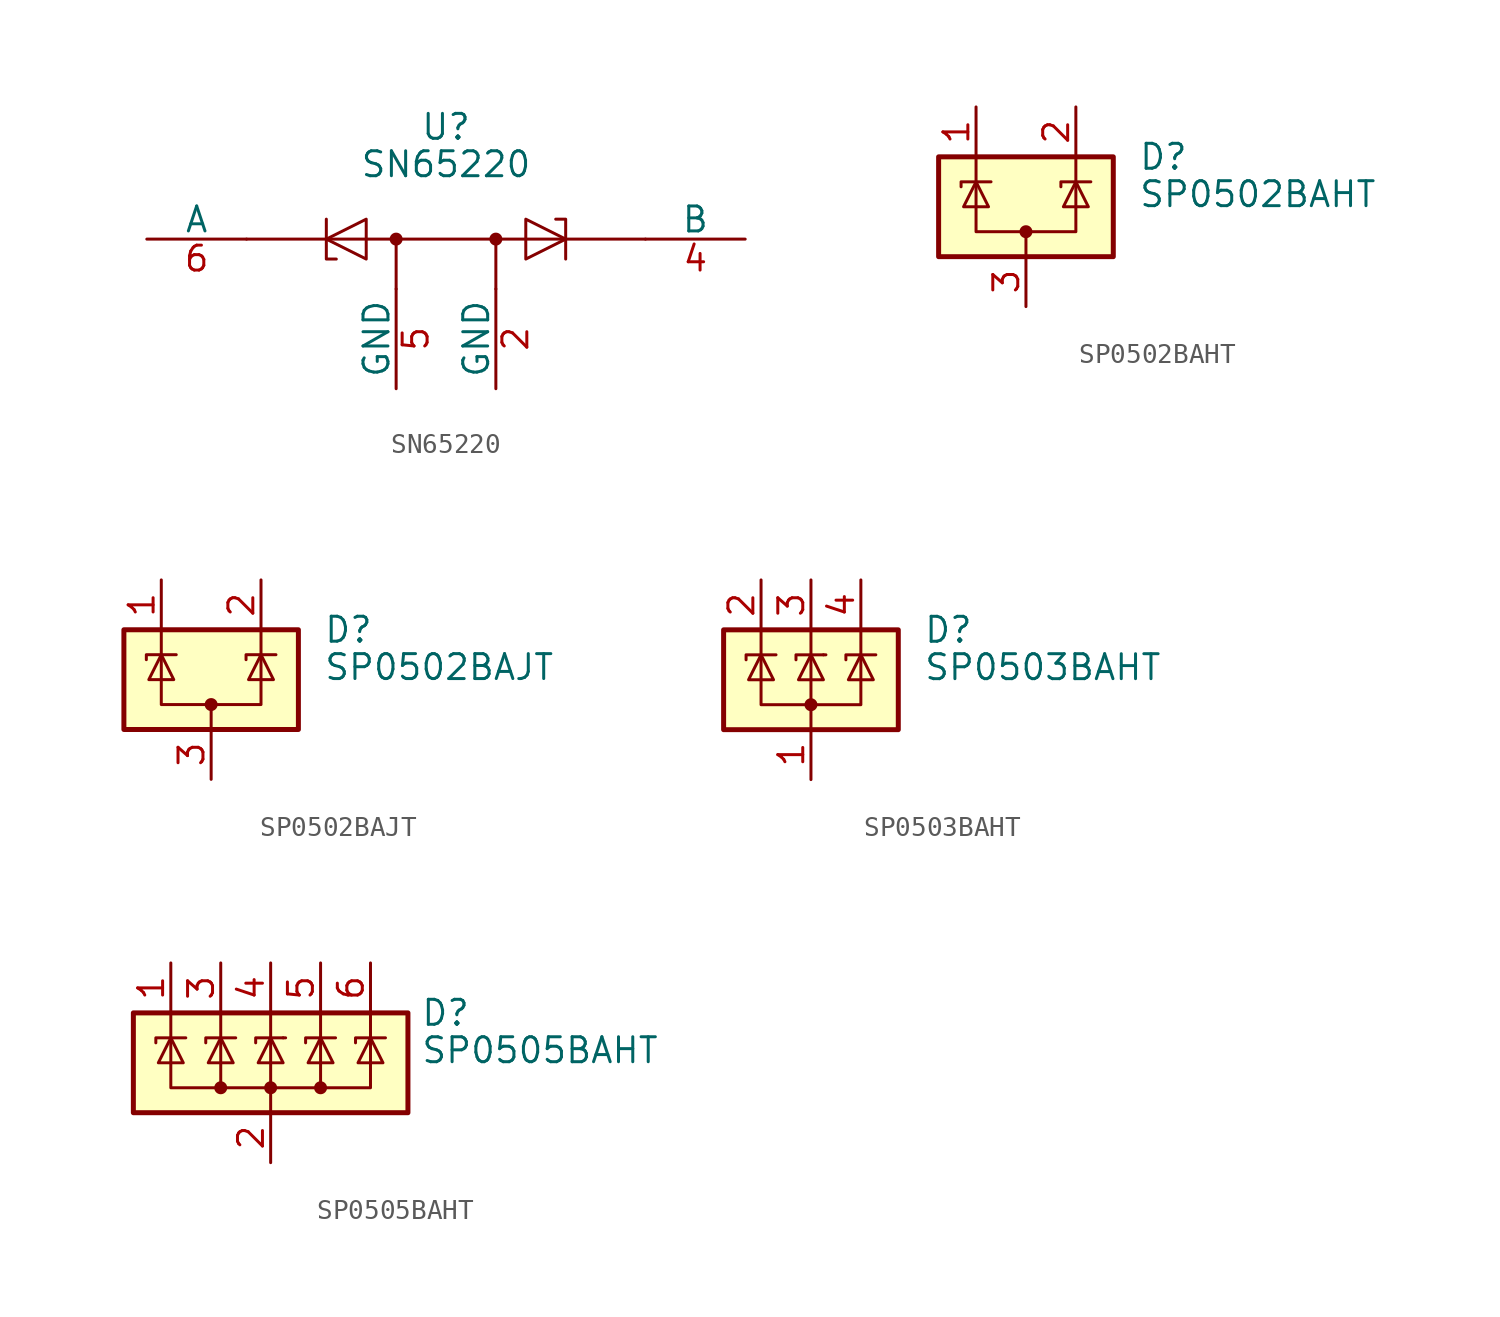
<source format=kicad_sym>
(kicad_symbol_lib
  (version 20201005)
  (generator kicad_symbol_editor)
  (symbol "SN65220"
    (pin_names
      (offset 0))
    (property "Reference" "U"
      (at 0 5.715 0)
      (effects (font (size 1.27 1.27))))
    (property "Value" "SN65220"
      (at 0 3.81 0)
      (effects (font (size 1.27 1.27))))
    (symbol "SN65220_0_1"
      (circle (center -2.54 0) (radius 0.254) (stroke (width 0)) (fill (type outline)))
      (circle (center 2.54 0) (radius 0.254) (stroke (width 0)) (fill (type outline)))
      (polyline (pts (xy -2.54 -2.54) (xy -2.54 0)) (stroke (width 0)) (fill (type none)))
      (polyline (pts (xy 2.54 -2.54) (xy 2.54 0)) (stroke (width 0)) (fill (type none)))
      (polyline (pts (xy 10.16 0) (xy -10.16 0)) (stroke (width 0)) (fill (type none)))
      (polyline (pts (xy -5.588 -1.016) (xy -6.096 -1.016) (xy -6.096 1.016)) (stroke (width 0)) (fill (type none)))
      (polyline (pts (xy 5.588 1.016) (xy 6.096 1.016) (xy 6.096 -1.016)) (stroke (width 0)) (fill (type none)))
      (polyline (pts (xy -6.096 0) (xy -4.064 1.016) (xy -4.064 -1.016) (xy -6.096 0)) (stroke (width 0)) (fill (type none)))
      (polyline (pts (xy 6.096 0) (xy 4.064 1.016) (xy 4.064 -1.016) (xy 6.096 0)) (stroke (width 0)) (fill (type none))))
    (symbol "SN65220_1_1"
      (pin no_connect line (at 2.54 0 180) (length 2.54) hide (name "~" (effects (font (size 1.27 1.27)))) (number "1" (effects (font (size 1.27 1.27)))))
      (pin passive line (at 2.54 -7.62 90) (length 5.08) (name "GND" (effects (font (size 1.27 1.27)))) (number "2" (effects (font (size 1.27 1.27)))))
      (pin no_connect line (at -2.54 0 0) (length 2.54) hide (name "~" (effects (font (size 1.27 1.27)))) (number "3" (effects (font (size 1.27 1.27)))))
      (pin passive line (at 15.24 0 180) (length 5.08) (name "B" (effects (font (size 1.27 1.27)))) (number "4" (effects (font (size 1.27 1.27)))))
      (pin passive line (at -2.54 -7.62 90) (length 5.08) (name "GND" (effects (font (size 1.27 1.27)))) (number "5" (effects (font (size 1.27 1.27)))))
      (pin passive line (at -15.24 0 0) (length 5.08) (name "A" (effects (font (size 1.27 1.27)))) (number "6" (effects (font (size 1.27 1.27)))))))
  (symbol "SP0502BAHT"
    (pin_names hide)
    (property "Reference" "D"
      (at 5.715 2.54 0)
      (effects (font (size 1.27 1.27)) (justify left)))
    (property "Value" "SP0502BAHT"
      (at 5.715 0.635 0)
      (effects (font (size 1.27 1.27)) (justify left)))
    (symbol "SP0502BAHT_0_0"
      (pin passive line (at 0 -5.08 90) (length 2.54) (name "A" (effects (font (size 1.27 1.27)))) (number "3" (effects (font (size 1.27 1.27))))))
    (symbol "SP0502BAHT_0_1"
      (circle (center 0 -1.27) (radius 0.254) (stroke (width 0)) (fill (type outline)))
      (rectangle (start -4.445 2.54) (end 4.445 -2.54) (stroke (width 0.254)) (fill (type background)))
      (polyline (pts (xy -2.54 2.54) (xy -2.54 1.27)) (stroke (width 0)) (fill (type none)))
      (polyline (pts (xy 0 -1.27) (xy 0 -2.54)) (stroke (width 0)) (fill (type none)))
      (polyline (pts (xy 2.54 2.54) (xy 2.54 1.27)) (stroke (width 0)) (fill (type none)))
      (polyline (pts (xy -3.302 1.016) (xy -3.302 1.27) (xy -1.905 1.27) (xy -1.778 1.27)) (stroke (width 0)) (fill (type none)))
      (polyline (pts (xy -2.54 1.27) (xy -2.54 -1.27) (xy 2.54 -1.27) (xy 2.54 1.27)) (stroke (width 0)) (fill (type none)))
      (polyline (pts (xy -2.54 1.27) (xy -1.905 0) (xy -3.175 0) (xy -2.54 1.27)) (stroke (width 0)) (fill (type none)))
      (polyline (pts (xy 1.778 1.016) (xy 1.778 1.27) (xy 3.175 1.27) (xy 3.302 1.27)) (stroke (width 0)) (fill (type none)))
      (polyline (pts (xy 2.54 1.27) (xy 1.905 0) (xy 3.175 0) (xy 2.54 1.27)) (stroke (width 0)) (fill (type none))))
    (symbol "SP0502BAHT_1_1"
      (pin passive line (at -2.54 5.08 270) (length 2.54) (name "K" (effects (font (size 1.27 1.27)))) (number "1" (effects (font (size 1.27 1.27)))))
      (pin passive line (at 2.54 5.08 270) (length 2.54) (name "K" (effects (font (size 1.27 1.27)))) (number "2" (effects (font (size 1.27 1.27)))))))
  (symbol "SP0502BAJT"
    (pin_names hide)
    (property "Reference" "D"
      (at 5.715 2.54 0)
      (effects (font (size 1.27 1.27)) (justify left)))
    (property "Value" "SP0502BAJT"
      (at 5.715 0.635 0)
      (effects (font (size 1.27 1.27)) (justify left)))
    (symbol "SP0502BAJT_0_0"
      (pin passive line (at 0 -5.08 90) (length 2.54) (name "A" (effects (font (size 1.27 1.27)))) (number "3" (effects (font (size 1.27 1.27))))))
    (symbol "SP0502BAJT_0_1"
      (circle (center 0 -1.27) (radius 0.254) (stroke (width 0)) (fill (type outline)))
      (rectangle (start -4.445 2.54) (end 4.445 -2.54) (stroke (width 0.254)) (fill (type background)))
      (polyline (pts (xy -2.54 2.54) (xy -2.54 1.27)) (stroke (width 0)) (fill (type none)))
      (polyline (pts (xy 0 -1.27) (xy 0 -2.54)) (stroke (width 0)) (fill (type none)))
      (polyline (pts (xy 2.54 2.54) (xy 2.54 1.27)) (stroke (width 0)) (fill (type none)))
      (polyline (pts (xy -3.302 1.016) (xy -3.302 1.27) (xy -1.905 1.27) (xy -1.778 1.27)) (stroke (width 0)) (fill (type none)))
      (polyline (pts (xy -2.54 1.27) (xy -2.54 -1.27) (xy 2.54 -1.27) (xy 2.54 1.27)) (stroke (width 0)) (fill (type none)))
      (polyline (pts (xy -2.54 1.27) (xy -1.905 0) (xy -3.175 0) (xy -2.54 1.27)) (stroke (width 0)) (fill (type none)))
      (polyline (pts (xy 1.778 1.016) (xy 1.778 1.27) (xy 3.175 1.27) (xy 3.302 1.27)) (stroke (width 0)) (fill (type none)))
      (polyline (pts (xy 2.54 1.27) (xy 1.905 0) (xy 3.175 0) (xy 2.54 1.27)) (stroke (width 0)) (fill (type none))))
    (symbol "SP0502BAJT_1_1"
      (pin passive line (at -2.54 5.08 270) (length 2.54) (name "K" (effects (font (size 1.27 1.27)))) (number "1" (effects (font (size 1.27 1.27)))))
      (pin passive line (at 2.54 5.08 270) (length 2.54) (name "K" (effects (font (size 1.27 1.27)))) (number "2" (effects (font (size 1.27 1.27)))))))
  (symbol "SP0503BAHT"
    (pin_names hide)
    (property "Reference" "D"
      (at 5.715 2.54 0)
      (effects (font (size 1.27 1.27)) (justify left)))
    (property "Value" "SP0503BAHT"
      (at 5.715 0.635 0)
      (effects (font (size 1.27 1.27)) (justify left)))
    (symbol "SP0503BAHT_0_0"
      (pin passive line (at 0 -5.08 90) (length 2.54) (name "A" (effects (font (size 1.27 1.27)))) (number "1" (effects (font (size 1.27 1.27))))))
    (symbol "SP0503BAHT_0_1"
      (circle (center 0 -1.27) (radius 0.254) (stroke (width 0)) (fill (type outline)))
      (rectangle (start -4.445 2.54) (end 4.445 -2.54) (stroke (width 0.254)) (fill (type background)))
      (polyline (pts (xy -2.54 2.54) (xy -2.54 1.27)) (stroke (width 0)) (fill (type none)))
      (polyline (pts (xy 0 -1.27) (xy 0 -2.54)) (stroke (width 0)) (fill (type none)))
      (polyline (pts (xy 0 -1.27) (xy 0 1.27)) (stroke (width 0)) (fill (type none)))
      (polyline (pts (xy 0 2.54) (xy 0 1.27)) (stroke (width 0)) (fill (type none)))
      (polyline (pts (xy 0.635 1.27) (xy 0.762 1.27)) (stroke (width 0)) (fill (type none)))
      (polyline (pts (xy 2.54 2.54) (xy 2.54 1.27)) (stroke (width 0)) (fill (type none)))
      (polyline (pts (xy 0.635 1.27) (xy -0.762 1.27) (xy -0.762 1.016)) (stroke (width 0)) (fill (type none)))
      (polyline (pts (xy -3.302 1.016) (xy -3.302 1.27) (xy -1.905 1.27) (xy -1.778 1.27)) (stroke (width 0)) (fill (type none)))
      (polyline (pts (xy -2.54 1.27) (xy -2.54 -1.27) (xy 2.54 -1.27) (xy 2.54 1.27)) (stroke (width 0)) (fill (type none)))
      (polyline (pts (xy -2.54 1.27) (xy -1.905 0) (xy -3.175 0) (xy -2.54 1.27)) (stroke (width 0)) (fill (type none)))
      (polyline (pts (xy 0.635 0) (xy -0.635 0) (xy 0 1.27) (xy 0.635 0)) (stroke (width 0)) (fill (type none)))
      (polyline (pts (xy 1.778 1.016) (xy 1.778 1.27) (xy 3.175 1.27) (xy 3.302 1.27)) (stroke (width 0)) (fill (type none)))
      (polyline (pts (xy 2.54 1.27) (xy 1.905 0) (xy 3.175 0) (xy 2.54 1.27)) (stroke (width 0)) (fill (type none))))
    (symbol "SP0503BAHT_1_1"
      (pin passive line (at -2.54 5.08 270) (length 2.54) (name "K" (effects (font (size 1.27 1.27)))) (number "2" (effects (font (size 1.27 1.27)))))
      (pin passive line (at 0 5.08 270) (length 2.54) (name "K" (effects (font (size 1.27 1.27)))) (number "3" (effects (font (size 1.27 1.27)))))
      (pin passive line (at 2.54 5.08 270) (length 2.54) (name "K" (effects (font (size 1.27 1.27)))) (number "4" (effects (font (size 1.27 1.27)))))))
  (symbol "SP0505BAHT"
    (pin_names hide)
    (property "Reference" "D"
      (at 7.62 2.54 0)
      (effects (font (size 1.27 1.27)) (justify left)))
    (property "Value" "SP0505BAHT"
      (at 7.62 0.635 0)
      (effects (font (size 1.27 1.27)) (justify left)))
    (symbol "SP0505BAHT_0_0"
      (pin passive line (at 0 -5.08 90) (length 2.54) (name "A" (effects (font (size 1.27 1.27)))) (number "2" (effects (font (size 1.27 1.27))))))
    (symbol "SP0505BAHT_0_1"
      (circle (center -2.54 -1.27) (radius 0.254) (stroke (width 0)) (fill (type outline)))
      (circle (center 0 -1.27) (radius 0.254) (stroke (width 0)) (fill (type outline)))
      (circle (center 2.54 -1.27) (radius 0.254) (stroke (width 0)) (fill (type outline)))
      (rectangle (start -6.985 2.54) (end 6.985 -2.54) (stroke (width 0.254)) (fill (type background)))
      (polyline (pts (xy -5.08 2.54) (xy -5.08 1.27)) (stroke (width 0)) (fill (type none)))
      (polyline (pts (xy -2.54 2.54) (xy -2.54 1.27)) (stroke (width 0)) (fill (type none)))
      (polyline (pts (xy 0 -1.27) (xy 0 -2.54)) (stroke (width 0)) (fill (type none)))
      (polyline (pts (xy 0 -1.27) (xy 0 1.27)) (stroke (width 0)) (fill (type none)))
      (polyline (pts (xy 0 2.54) (xy 0 1.27)) (stroke (width 0)) (fill (type none)))
      (polyline (pts (xy 0.635 1.27) (xy 0.762 1.27)) (stroke (width 0)) (fill (type none)))
      (polyline (pts (xy 2.54 2.54) (xy 2.54 1.27)) (stroke (width 0)) (fill (type none)))
      (polyline (pts (xy 5.08 2.54) (xy 5.08 1.27)) (stroke (width 0)) (fill (type none)))
      (polyline (pts (xy -5.08 1.27) (xy -5.08 -1.27) (xy -2.54 -1.27)) (stroke (width 0)) (fill (type none)))
      (polyline (pts (xy 0.635 1.27) (xy -0.762 1.27) (xy -0.762 1.016)) (stroke (width 0)) (fill (type none)))
      (polyline (pts (xy 5.08 1.27) (xy 5.08 -1.27) (xy 2.54 -1.27)) (stroke (width 0)) (fill (type none)))
      (polyline (pts (xy -5.842 1.016) (xy -5.842 1.27) (xy -4.445 1.27) (xy -4.318 1.27)) (stroke (width 0)) (fill (type none)))
      (polyline (pts (xy -5.08 1.27) (xy -4.445 0) (xy -5.715 0) (xy -5.08 1.27)) (stroke (width 0)) (fill (type none)))
      (polyline (pts (xy -3.302 1.016) (xy -3.302 1.27) (xy -1.905 1.27) (xy -1.778 1.27)) (stroke (width 0)) (fill (type none)))
      (polyline (pts (xy -2.54 1.27) (xy -2.54 -1.27) (xy 2.54 -1.27) (xy 2.54 1.27)) (stroke (width 0)) (fill (type none)))
      (polyline (pts (xy -2.54 1.27) (xy -1.905 0) (xy -3.175 0) (xy -2.54 1.27)) (stroke (width 0)) (fill (type none)))
      (polyline (pts (xy 0.635 0) (xy -0.635 0) (xy 0 1.27) (xy 0.635 0)) (stroke (width 0)) (fill (type none)))
      (polyline (pts (xy 1.778 1.016) (xy 1.778 1.27) (xy 3.175 1.27) (xy 3.302 1.27)) (stroke (width 0)) (fill (type none)))
      (polyline (pts (xy 2.54 1.27) (xy 1.905 0) (xy 3.175 0) (xy 2.54 1.27)) (stroke (width 0)) (fill (type none)))
      (polyline (pts (xy 4.318 1.016) (xy 4.318 1.27) (xy 5.715 1.27) (xy 5.842 1.27)) (stroke (width 0)) (fill (type none)))
      (polyline (pts (xy 5.08 1.27) (xy 4.445 0) (xy 5.715 0) (xy 5.08 1.27)) (stroke (width 0)) (fill (type none))))
    (symbol "SP0505BAHT_1_1"
      (pin passive line (at -5.08 5.08 270) (length 2.54) (name "K" (effects (font (size 1.27 1.27)))) (number "1" (effects (font (size 1.27 1.27)))))
      (pin passive line (at -2.54 5.08 270) (length 2.54) (name "K" (effects (font (size 1.27 1.27)))) (number "3" (effects (font (size 1.27 1.27)))))
      (pin passive line (at 0 5.08 270) (length 2.54) (name "K" (effects (font (size 1.27 1.27)))) (number "4" (effects (font (size 1.27 1.27)))))
      (pin passive line (at 2.54 5.08 270) (length 2.54) (name "K" (effects (font (size 1.27 1.27)))) (number "5" (effects (font (size 1.27 1.27)))))
      (pin passive line (at 5.08 5.08 270) (length 2.54) (name "K" (effects (font (size 1.27 1.27)))) (number "6" (effects (font (size 1.27 1.27))))))))
</source>
